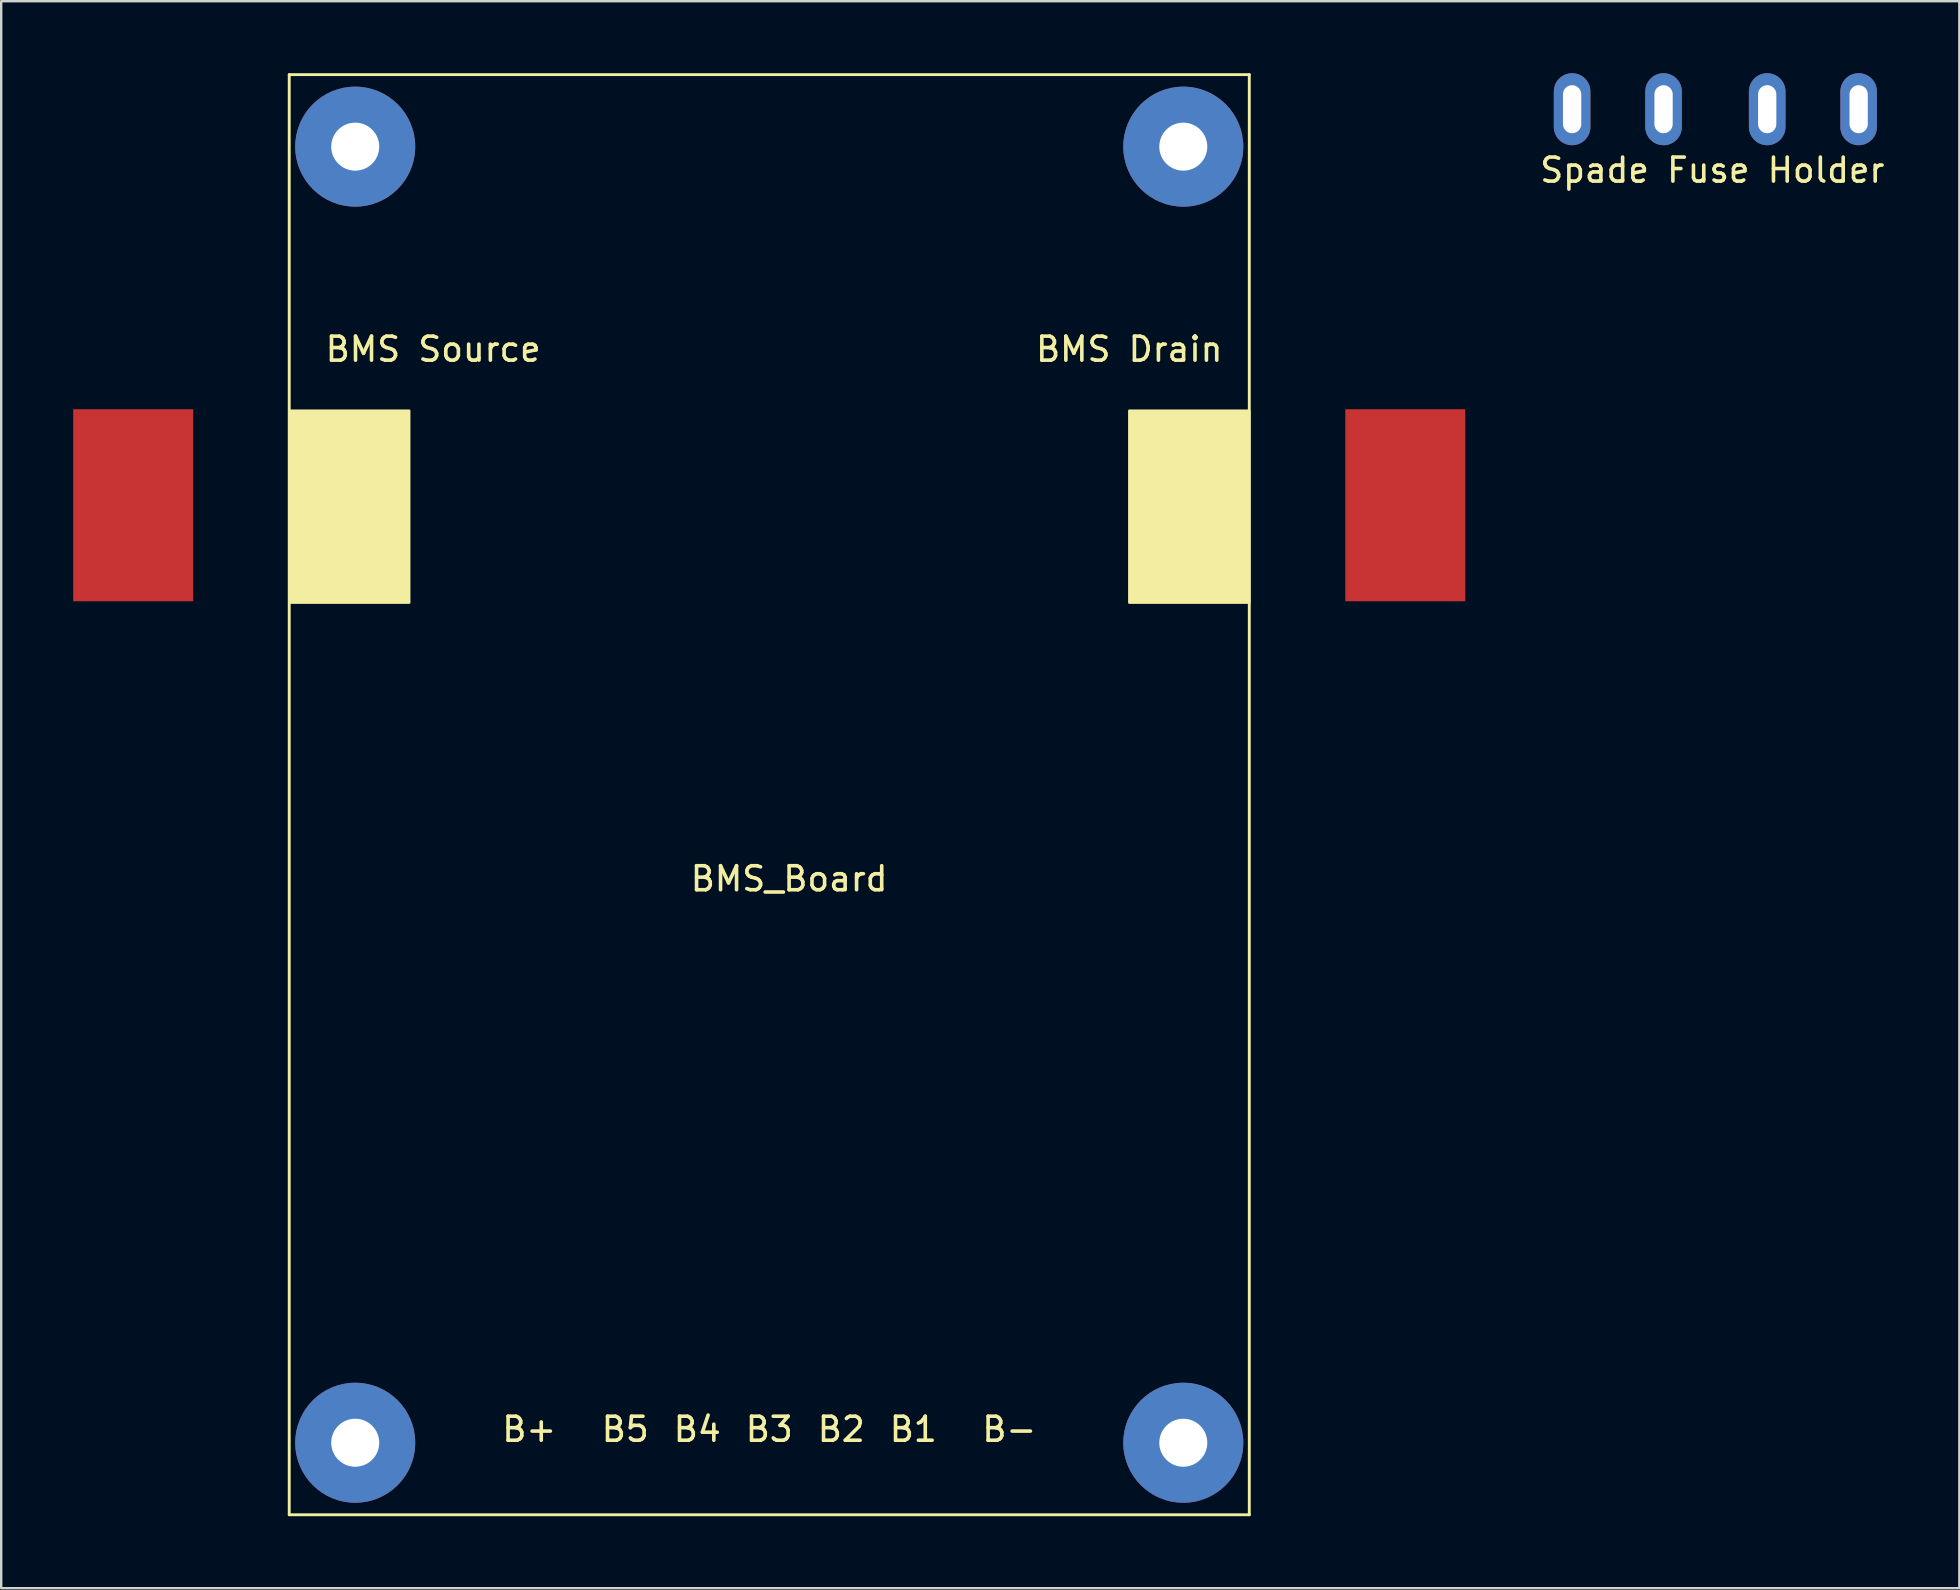
<source format=kicad_pcb>
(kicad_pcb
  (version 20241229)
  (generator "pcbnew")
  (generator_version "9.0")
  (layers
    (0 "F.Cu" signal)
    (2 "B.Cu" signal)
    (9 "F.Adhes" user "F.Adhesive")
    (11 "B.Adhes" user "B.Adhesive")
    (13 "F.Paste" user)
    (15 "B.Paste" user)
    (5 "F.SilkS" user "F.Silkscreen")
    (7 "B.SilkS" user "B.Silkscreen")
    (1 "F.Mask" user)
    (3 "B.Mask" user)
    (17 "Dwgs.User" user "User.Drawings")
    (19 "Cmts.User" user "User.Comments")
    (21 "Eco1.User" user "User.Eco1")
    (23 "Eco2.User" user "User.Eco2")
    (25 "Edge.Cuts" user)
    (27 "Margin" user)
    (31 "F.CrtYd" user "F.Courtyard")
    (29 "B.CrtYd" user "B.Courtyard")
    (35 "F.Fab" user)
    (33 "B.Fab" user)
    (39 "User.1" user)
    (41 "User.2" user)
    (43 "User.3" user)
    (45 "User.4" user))
  (footprint "BMS_Board"
    (layer "F.Cu")
    (at 29 29.5)
    (property "Reference" "BMS_Board" (at 0.828 4.064 0) (layer "F.SilkS") (effects (font (size 1 1) (thickness 0.15))))
    (attr through_hole)
    (fp_line (start -20 -29.44) (end -20 30.56) (stroke (width 0.12) (type solid)) (layer "F.SilkS"))
    (fp_line (start -20 30.56) (end 20 30.56) (stroke (width 0.12) (type solid)) (layer "F.SilkS"))
    (fp_line (start 20 -29.44) (end -20 -29.44) (stroke (width 0.12) (type solid)) (layer "F.SilkS"))
    (fp_line (start 20 30.56) (end 20 -29.44) (stroke (width 0.12) (type solid)) (layer "F.SilkS"))
    (fp_poly (pts (xy -15 -7.44) (xy -20 -7.44) (xy -20 -15.44) (xy -15 -15.44)) (stroke (width 0.1) (type solid)) (fill yes) (layer "F.SilkS"))
    (fp_poly (pts (xy 20 -7.44) (xy 15 -7.44) (xy 15 -15.44) (xy 20 -15.44)) (stroke (width 0.1) (type solid)) (fill yes) (layer "F.SilkS"))
    (fp_text user "B5" (at -6 27 0) (layer "F.SilkS") (effects (font (size 1 1) (thickness 0.15))))
    (fp_text user "B1" (at 6 27 0) (layer "F.SilkS") (effects (font (size 1 1) (thickness 0.15))))
    (fp_text user "B4" (at -3 27 0) (layer "F.SilkS") (effects (font (size 1 1) (thickness 0.15))))
    (fp_text user "BMS Source" (at -14 -18 0) (layer "F.SilkS") (effects (font (size 1 1) (thickness 0.15))))
    (fp_text user "B+" (at -10 27 0) (unlocked yes) (layer "F.SilkS") (effects (font (size 1 1) (thickness 0.15))))
    (fp_text user "BMS Drain" (at 15 -18 0) (layer "F.SilkS") (effects (font (size 1 1) (thickness 0.15))))
    (fp_text user "B3" (at 0 27 0) (layer "F.SilkS") (effects (font (size 1 1) (thickness 0.15))))
    (fp_text user "B-" (at 10 27 0) (layer "F.SilkS") (effects (font (size 1 1) (thickness 0.15))))
    (fp_text user "B2" (at 3 27 0) (layer "F.SilkS") (effects (font (size 1 1) (thickness 0.15))))
    (pad "" thru_hole circle (at -17.25 -26.44) (size 5 5) (drill 2) (layers "*.Cu" "*.Mask"))
    (pad "" thru_hole circle (at -17.25 27.56) (size 5 5) (drill 2) (layers "*.Cu" "*.Mask"))
    (pad "" thru_hole circle (at 17.25 -26.44) (size 5 5) (drill 2) (layers "*.Cu" "*.Mask"))
    (pad "" thru_hole circle (at 17.25 27.56) (size 5 5) (drill 2) (layers "*.Cu" "*.Mask"))
    (pad "1" smd rect (at -26.5 -11.5) (size 5 8) (layers "F.Cu" "F.Mask" "F.Paste"))
    (pad "2" smd rect (at 26.5 -11.5) (size 5 8) (layers "F.Cu" "F.Mask" "F.Paste")))
  (footprint "Spade Fuse Holder"
    (layer "F.Cu")
    (at 68.292 1.5)
    (property "Reference" "Spade Fuse Holder" (at 0 2.54 0) (layer "F.SilkS") (effects (font (size 1 1) (thickness 0.15))))
    (attr through_hole)
    (pad "1" thru_hole oval (at -5.842 0) (size 1.524 3) (drill oval 0.762 2) (layers "*.Cu" "*.Mask"))
    (pad "1" thru_hole oval (at -2.032 0) (size 1.524 3) (drill oval 0.762 2) (layers "*.Cu" "*.Mask"))
    (pad "2" thru_hole oval (at 2.286 0) (size 1.524 3) (drill oval 0.762 2) (layers "*.Cu" "*.Mask"))
    (pad "2" thru_hole oval (at 6.096 0) (size 1.524 3) (drill oval 0.762 2) (layers "*.Cu" "*.Mask")))
  (gr_rect
    (start -3 -3)
    (end 78.583 63.12)
    (stroke (width 0.1) (type default))
    (fill no)
    (layer "Edge.Cuts")))
</source>
